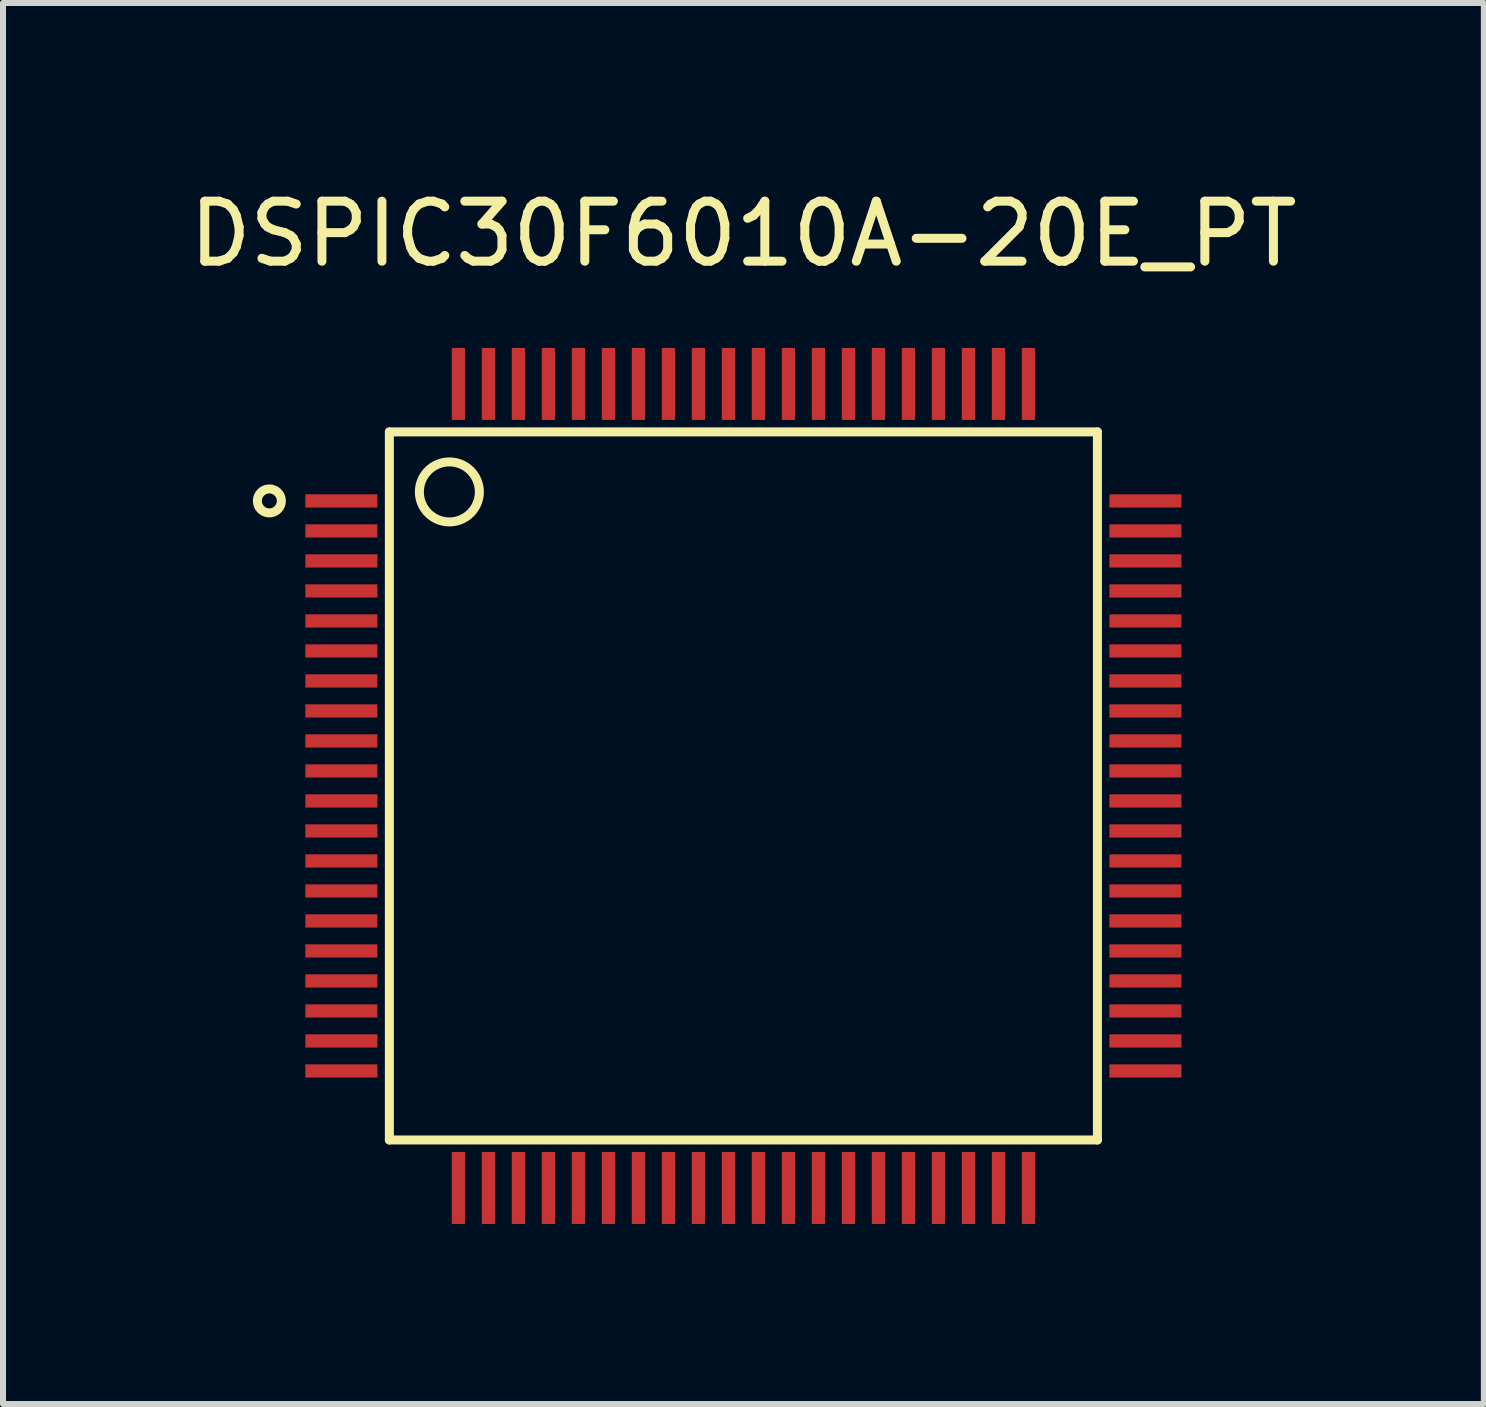
<source format=kicad_pcb>
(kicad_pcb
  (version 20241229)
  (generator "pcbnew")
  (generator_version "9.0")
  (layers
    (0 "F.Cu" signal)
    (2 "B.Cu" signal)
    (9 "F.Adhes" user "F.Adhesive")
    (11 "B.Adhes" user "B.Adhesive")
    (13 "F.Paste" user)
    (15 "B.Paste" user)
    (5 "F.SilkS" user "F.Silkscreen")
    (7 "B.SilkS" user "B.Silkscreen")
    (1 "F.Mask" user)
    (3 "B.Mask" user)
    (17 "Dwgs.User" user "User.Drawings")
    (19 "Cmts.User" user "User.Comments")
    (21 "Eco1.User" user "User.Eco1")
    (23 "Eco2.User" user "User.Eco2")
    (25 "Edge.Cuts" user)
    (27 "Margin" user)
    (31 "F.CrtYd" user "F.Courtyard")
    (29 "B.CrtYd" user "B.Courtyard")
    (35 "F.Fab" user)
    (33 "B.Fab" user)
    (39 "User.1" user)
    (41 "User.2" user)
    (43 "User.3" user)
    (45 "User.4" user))
  (footprint "DSPIC30F6010A-20E_PT"
    (layer "F.Cu")
    (at 2.639 3.348)
    (property "Reference" "DSPIC30F6010A-20E_PT" (at 6.7 -2.5 0) (layer "F.SilkS") (effects (font (size 1 1) (thickness 0.15))))
    (attr through_hole)
    (fp_line (start 0.8 0.8) (end 0.8 12.6) (stroke (width 0.15) (type solid)) (layer "F.SilkS"))
    (fp_line (start 0.8 0.8) (end 12.6 0.8) (stroke (width 0.15) (type solid)) (layer "F.SilkS"))
    (fp_line (start 0.8 12.6) (end 12.6 12.6) (stroke (width 0.15) (type solid)) (layer "F.SilkS"))
    (fp_line (start 12.6 12.6) (end 12.6 0.8) (stroke (width 0.15) (type solid)) (layer "F.SilkS"))
    (fp_circle (center -1.2 1.95) (end -1.2 1.75) (stroke (width 0.15) (type solid)) (fill no) (layer "F.SilkS"))
    (fp_circle (center 1.8 1.8) (end 1.8 1.3) (stroke (width 0.15) (type solid)) (fill no) (layer "F.SilkS"))
    (pad "1" smd rect (at 0 1.95) (size 1.2 0.22) (layers "F.Cu" "F.Mask" "F.Paste"))
    (pad "2" smd rect (at 0 2.45) (size 1.2 0.22) (layers "F.Cu" "F.Mask" "F.Paste"))
    (pad "3" smd rect (at 0 2.95) (size 1.2 0.22) (layers "F.Cu" "F.Mask" "F.Paste"))
    (pad "4" smd rect (at 0 3.45) (size 1.2 0.22) (layers "F.Cu" "F.Mask" "F.Paste"))
    (pad "5" smd rect (at 0 3.95) (size 1.2 0.22) (layers "F.Cu" "F.Mask" "F.Paste"))
    (pad "6" smd rect (at 0 4.45) (size 1.2 0.22) (layers "F.Cu" "F.Mask" "F.Paste"))
    (pad "7" smd rect (at 0 4.95) (size 1.2 0.22) (layers "F.Cu" "F.Mask" "F.Paste"))
    (pad "8" smd rect (at 0 5.45) (size 1.2 0.22) (layers "F.Cu" "F.Mask" "F.Paste"))
    (pad "9" smd rect (at 0 5.95) (size 1.2 0.22) (layers "F.Cu" "F.Mask" "F.Paste"))
    (pad "10" smd rect (at 0 6.45) (size 1.2 0.22) (layers "F.Cu" "F.Mask" "F.Paste"))
    (pad "11" smd rect (at 0 6.95) (size 1.2 0.22) (layers "F.Cu" "F.Mask" "F.Paste"))
    (pad "12" smd rect (at 0 7.45) (size 1.2 0.22) (layers "F.Cu" "F.Mask" "F.Paste"))
    (pad "13" smd rect (at 0 7.95) (size 1.2 0.22) (layers "F.Cu" "F.Mask" "F.Paste"))
    (pad "14" smd rect (at 0 8.45) (size 1.2 0.22) (layers "F.Cu" "F.Mask" "F.Paste"))
    (pad "15" smd rect (at 0 8.95) (size 1.2 0.22) (layers "F.Cu" "F.Mask" "F.Paste"))
    (pad "16" smd rect (at 0 9.45) (size 1.2 0.22) (layers "F.Cu" "F.Mask" "F.Paste"))
    (pad "17" smd rect (at 0 9.95) (size 1.2 0.22) (layers "F.Cu" "F.Mask" "F.Paste"))
    (pad "18" smd rect (at 0 10.45) (size 1.2 0.22) (layers "F.Cu" "F.Mask" "F.Paste"))
    (pad "19" smd rect (at 0 10.95) (size 1.2 0.22) (layers "F.Cu" "F.Mask" "F.Paste"))
    (pad "20" smd rect (at 0 11.45) (size 1.2 0.22) (layers "F.Cu" "F.Mask" "F.Paste"))
    (pad "21" smd rect (at 1.95 13.4) (size 0.22 1.2) (layers "F.Cu" "F.Mask" "F.Paste"))
    (pad "22" smd rect (at 2.45 13.4) (size 0.22 1.2) (layers "F.Cu" "F.Mask" "F.Paste"))
    (pad "23" smd rect (at 2.95 13.4) (size 0.22 1.2) (layers "F.Cu" "F.Mask" "F.Paste"))
    (pad "24" smd rect (at 3.45 13.4) (size 0.22 1.2) (layers "F.Cu" "F.Mask" "F.Paste"))
    (pad "25" smd rect (at 3.95 13.4) (size 0.22 1.2) (layers "F.Cu" "F.Mask" "F.Paste"))
    (pad "26" smd rect (at 4.45 13.4) (size 0.22 1.2) (layers "F.Cu" "F.Mask" "F.Paste"))
    (pad "27" smd rect (at 4.95 13.4) (size 0.22 1.2) (layers "F.Cu" "F.Mask" "F.Paste"))
    (pad "28" smd rect (at 5.45 13.4) (size 0.22 1.2) (layers "F.Cu" "F.Mask" "F.Paste"))
    (pad "29" smd rect (at 5.95 13.4) (size 0.22 1.2) (layers "F.Cu" "F.Mask" "F.Paste"))
    (pad "30" smd rect (at 6.45 13.4) (size 0.22 1.2) (layers "F.Cu" "F.Mask" "F.Paste"))
    (pad "31" smd rect (at 6.95 13.4) (size 0.22 1.2) (layers "F.Cu" "F.Mask" "F.Paste"))
    (pad "32" smd rect (at 7.45 13.4) (size 0.22 1.2) (layers "F.Cu" "F.Mask" "F.Paste"))
    (pad "33" smd rect (at 7.95 13.4) (size 0.22 1.2) (layers "F.Cu" "F.Mask" "F.Paste"))
    (pad "34" smd rect (at 8.45 13.4) (size 0.22 1.2) (layers "F.Cu" "F.Mask" "F.Paste"))
    (pad "35" smd rect (at 8.95 13.4) (size 0.22 1.2) (layers "F.Cu" "F.Mask" "F.Paste"))
    (pad "36" smd rect (at 9.45 13.4) (size 0.22 1.2) (layers "F.Cu" "F.Mask" "F.Paste"))
    (pad "37" smd rect (at 9.95 13.4) (size 0.22 1.2) (layers "F.Cu" "F.Mask" "F.Paste"))
    (pad "38" smd rect (at 10.45 13.4) (size 0.22 1.2) (layers "F.Cu" "F.Mask" "F.Paste"))
    (pad "39" smd rect (at 10.95 13.4) (size 0.22 1.2) (layers "F.Cu" "F.Mask" "F.Paste"))
    (pad "40" smd rect (at 11.45 13.4) (size 0.22 1.2) (layers "F.Cu" "F.Mask" "F.Paste"))
    (pad "41" smd rect (at 13.4 11.45) (size 1.2 0.22) (layers "F.Cu" "F.Mask" "F.Paste"))
    (pad "42" smd rect (at 13.4 10.95) (size 1.2 0.22) (layers "F.Cu" "F.Mask" "F.Paste"))
    (pad "43" smd rect (at 13.4 10.45) (size 1.2 0.22) (layers "F.Cu" "F.Mask" "F.Paste"))
    (pad "44" smd rect (at 13.4 9.95) (size 1.2 0.22) (layers "F.Cu" "F.Mask" "F.Paste"))
    (pad "45" smd rect (at 13.4 9.45) (size 1.2 0.22) (layers "F.Cu" "F.Mask" "F.Paste"))
    (pad "46" smd rect (at 13.4 8.95) (size 1.2 0.22) (layers "F.Cu" "F.Mask" "F.Paste"))
    (pad "47" smd rect (at 13.4 8.45) (size 1.2 0.22) (layers "F.Cu" "F.Mask" "F.Paste"))
    (pad "48" smd rect (at 13.4 7.95) (size 1.2 0.22) (layers "F.Cu" "F.Mask" "F.Paste"))
    (pad "49" smd rect (at 13.4 7.45) (size 1.2 0.22) (layers "F.Cu" "F.Mask" "F.Paste"))
    (pad "50" smd rect (at 13.4 6.95) (size 1.2 0.22) (layers "F.Cu" "F.Mask" "F.Paste"))
    (pad "51" smd rect (at 13.4 6.45) (size 1.2 0.22) (layers "F.Cu" "F.Mask" "F.Paste"))
    (pad "52" smd rect (at 13.4 5.95) (size 1.2 0.22) (layers "F.Cu" "F.Mask" "F.Paste"))
    (pad "53" smd rect (at 13.4 5.45) (size 1.2 0.22) (layers "F.Cu" "F.Mask" "F.Paste"))
    (pad "54" smd rect (at 13.4 4.95) (size 1.2 0.22) (layers "F.Cu" "F.Mask" "F.Paste"))
    (pad "55" smd rect (at 13.4 4.45) (size 1.2 0.22) (layers "F.Cu" "F.Mask" "F.Paste"))
    (pad "56" smd rect (at 13.4 3.95) (size 1.2 0.22) (layers "F.Cu" "F.Mask" "F.Paste"))
    (pad "57" smd rect (at 13.4 3.45) (size 1.2 0.22) (layers "F.Cu" "F.Mask" "F.Paste"))
    (pad "58" smd rect (at 13.4 2.95) (size 1.2 0.22) (layers "F.Cu" "F.Mask" "F.Paste"))
    (pad "59" smd rect (at 13.4 2.45) (size 1.2 0.22) (layers "F.Cu" "F.Mask" "F.Paste"))
    (pad "60" smd rect (at 13.4 1.95) (size 1.2 0.22) (layers "F.Cu" "F.Mask" "F.Paste"))
    (pad "61" smd rect (at 11.45 0) (size 0.22 1.2) (layers "F.Cu" "F.Mask" "F.Paste"))
    (pad "62" smd rect (at 10.95 0) (size 0.22 1.2) (layers "F.Cu" "F.Mask" "F.Paste"))
    (pad "63" smd rect (at 10.45 0) (size 0.22 1.2) (layers "F.Cu" "F.Mask" "F.Paste"))
    (pad "64" smd rect (at 9.95 0) (size 0.22 1.2) (layers "F.Cu" "F.Mask" "F.Paste"))
    (pad "65" smd rect (at 9.45 0) (size 0.22 1.2) (layers "F.Cu" "F.Mask" "F.Paste"))
    (pad "66" smd rect (at 8.95 0) (size 0.22 1.2) (layers "F.Cu" "F.Mask" "F.Paste"))
    (pad "67" smd rect (at 8.45 0) (size 0.22 1.2) (layers "F.Cu" "F.Mask" "F.Paste"))
    (pad "68" smd rect (at 7.95 0) (size 0.22 1.2) (layers "F.Cu" "F.Mask" "F.Paste"))
    (pad "69" smd rect (at 7.45 0) (size 0.22 1.2) (layers "F.Cu" "F.Mask" "F.Paste"))
    (pad "70" smd rect (at 6.95 0) (size 0.22 1.2) (layers "F.Cu" "F.Mask" "F.Paste"))
    (pad "71" smd rect (at 6.45 0) (size 0.22 1.2) (layers "F.Cu" "F.Mask" "F.Paste"))
    (pad "72" smd rect (at 5.95 0) (size 0.22 1.2) (layers "F.Cu" "F.Mask" "F.Paste"))
    (pad "73" smd rect (at 5.45 0) (size 0.22 1.2) (layers "F.Cu" "F.Mask" "F.Paste"))
    (pad "74" smd rect (at 4.95 0) (size 0.22 1.2) (layers "F.Cu" "F.Mask" "F.Paste"))
    (pad "75" smd rect (at 4.45 0) (size 0.22 1.2) (layers "F.Cu" "F.Mask" "F.Paste"))
    (pad "76" smd rect (at 3.95 0) (size 0.22 1.2) (layers "F.Cu" "F.Mask" "F.Paste"))
    (pad "77" smd rect (at 3.45 0) (size 0.22 1.2) (layers "F.Cu" "F.Mask" "F.Paste"))
    (pad "78" smd rect (at 2.95 0) (size 0.22 1.2) (layers "F.Cu" "F.Mask" "F.Paste"))
    (pad "79" smd rect (at 2.45 0) (size 0.22 1.2) (layers "F.Cu" "F.Mask" "F.Paste"))
    (pad "80" smd rect (at 1.95 0) (size 0.22 1.2) (layers "F.Cu" "F.Mask" "F.Paste")))
  (gr_rect
    (start -3 -3)
    (end 21.679 20.348)
    (stroke (width 0.1) (type default))
    (fill no)
    (layer "Edge.Cuts")))
</source>
